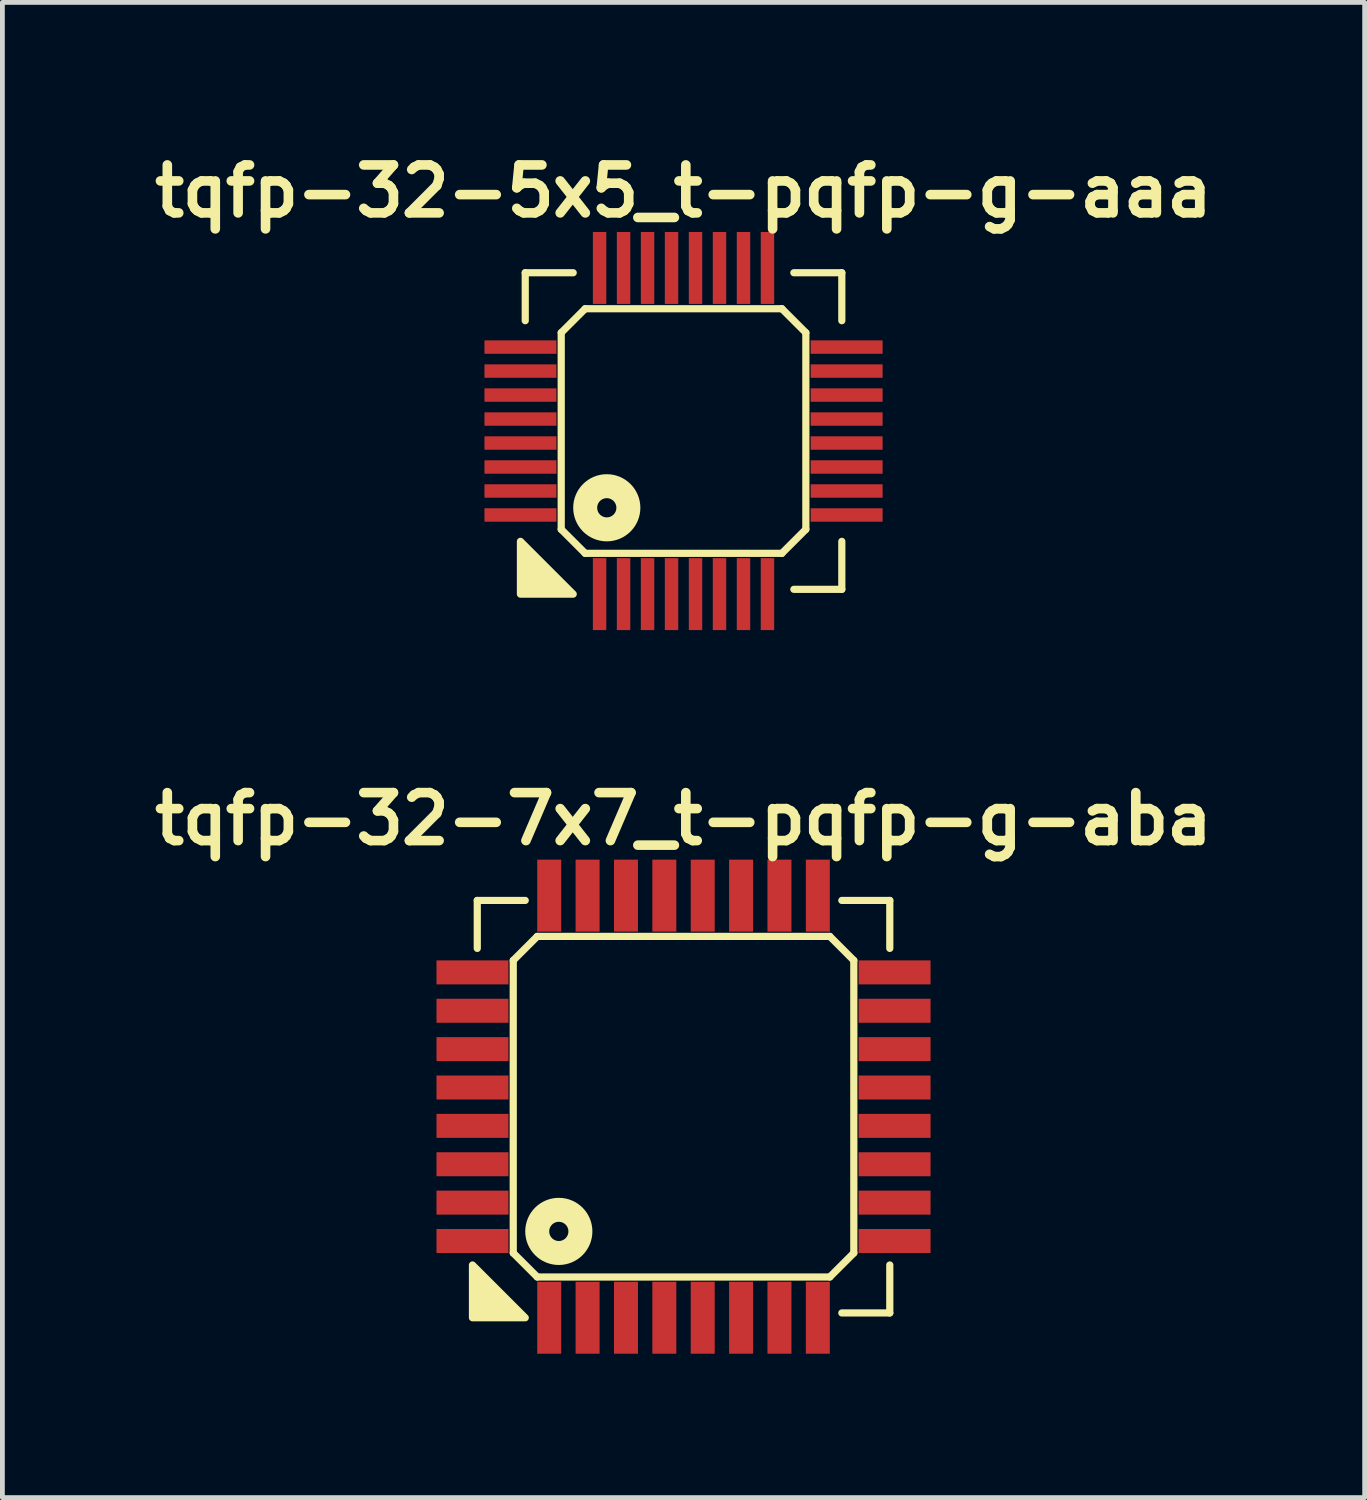
<source format=kicad_pcb>
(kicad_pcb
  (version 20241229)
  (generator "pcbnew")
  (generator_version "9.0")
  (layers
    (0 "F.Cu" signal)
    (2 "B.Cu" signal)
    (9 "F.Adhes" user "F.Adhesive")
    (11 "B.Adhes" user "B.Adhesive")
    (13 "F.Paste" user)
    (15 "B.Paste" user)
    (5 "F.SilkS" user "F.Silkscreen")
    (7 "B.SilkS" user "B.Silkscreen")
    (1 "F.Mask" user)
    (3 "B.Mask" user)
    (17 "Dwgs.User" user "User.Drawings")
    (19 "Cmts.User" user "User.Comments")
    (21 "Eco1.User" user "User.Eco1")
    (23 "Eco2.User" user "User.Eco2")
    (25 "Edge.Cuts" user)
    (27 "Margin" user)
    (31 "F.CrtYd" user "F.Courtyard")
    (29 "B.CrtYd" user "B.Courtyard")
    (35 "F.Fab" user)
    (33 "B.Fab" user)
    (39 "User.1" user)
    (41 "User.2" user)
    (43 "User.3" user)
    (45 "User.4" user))
  (footprint "tqfp-32-5x5_t-pqfp-g-aaa"
    (layer "F.Cu")
    (at 11.2 5.936)
    (property "Reference" "tqfp-32-5x5_t-pqfp-g-aaa" (at 0 -5 0) (layer "F.SilkS") (effects (font (size 1 1) (thickness 0.2))))
    (attr smd)
    (fp_line (start -3.3 -3.3) (end -2.3 -3.3) (stroke (width 0.15) (type solid)) (layer "F.SilkS"))
    (fp_line (start -3.3 -2.3) (end -3.3 -3.3) (stroke (width 0.15) (type solid)) (layer "F.SilkS"))
    (fp_line (start -2.55 -2.05) (end -2.05 -2.55) (stroke (width 0.15) (type solid)) (layer "F.SilkS"))
    (fp_line (start -2.55 2.05) (end -2.55 -2.05) (stroke (width 0.15) (type solid)) (layer "F.SilkS"))
    (fp_line (start -2.05 -2.55) (end 2.05 -2.55) (stroke (width 0.15) (type solid)) (layer "F.SilkS"))
    (fp_line (start -2.05 2.55) (end -2.55 2.05) (stroke (width 0.15) (type solid)) (layer "F.SilkS"))
    (fp_line (start 2.05 -2.55) (end 2.55 -2.05) (stroke (width 0.15) (type solid)) (layer "F.SilkS"))
    (fp_line (start 2.05 2.55) (end -2.05 2.55) (stroke (width 0.15) (type solid)) (layer "F.SilkS"))
    (fp_line (start 2.3 -3.3) (end 3.3 -3.3) (stroke (width 0.15) (type solid)) (layer "F.SilkS"))
    (fp_line (start 2.55 -2.05) (end 2.55 2.05) (stroke (width 0.15) (type solid)) (layer "F.SilkS"))
    (fp_line (start 2.55 2.05) (end 2.05 2.55) (stroke (width 0.15) (type solid)) (layer "F.SilkS"))
    (fp_line (start 3.3 -3.3) (end 3.3 -2.3) (stroke (width 0.15) (type solid)) (layer "F.SilkS"))
    (fp_line (start 3.3 2.3) (end 3.3 3.3) (stroke (width 0.15) (type solid)) (layer "F.SilkS"))
    (fp_line (start 3.3 3.3) (end 2.3 3.3) (stroke (width 0.15) (type solid)) (layer "F.SilkS"))
    (fp_circle (center -1.6 1.6) (end -1.4 1.6) (stroke (width 0.5) (type solid)) (fill no) (layer "F.SilkS"))
    (fp_poly (pts (xy -2.3 3.4) (xy -3.4 3.4) (xy -3.4 2.3)) (stroke (width 0.15) (type solid)) (fill yes) (layer "F.SilkS"))
    (pad "1" smd rect (at -1.75 3.4) (size 0.28 1.5) (layers "F.Cu" "F.Mask" "F.Paste"))
    (pad "2" smd rect (at -1.25 3.4) (size 0.28 1.5) (layers "F.Cu" "F.Mask" "F.Paste"))
    (pad "3" smd rect (at -0.75 3.4) (size 0.28 1.5) (layers "F.Cu" "F.Mask" "F.Paste"))
    (pad "4" smd rect (at -0.25 3.4) (size 0.28 1.5) (layers "F.Cu" "F.Mask" "F.Paste"))
    (pad "5" smd rect (at 0.25 3.4) (size 0.28 1.5) (layers "F.Cu" "F.Mask" "F.Paste"))
    (pad "6" smd rect (at 0.75 3.4) (size 0.28 1.5) (layers "F.Cu" "F.Mask" "F.Paste"))
    (pad "7" smd rect (at 1.25 3.4) (size 0.28 1.5) (layers "F.Cu" "F.Mask" "F.Paste"))
    (pad "8" smd rect (at 1.75 3.4) (size 0.28 1.5) (layers "F.Cu" "F.Mask" "F.Paste"))
    (pad "9" smd rect (at 3.4 1.75) (size 1.5 0.28) (layers "F.Cu" "F.Mask" "F.Paste"))
    (pad "10" smd rect (at 3.4 1.25) (size 1.5 0.28) (layers "F.Cu" "F.Mask" "F.Paste"))
    (pad "11" smd rect (at 3.4 0.75) (size 1.5 0.28) (layers "F.Cu" "F.Mask" "F.Paste"))
    (pad "12" smd rect (at 3.4 0.25) (size 1.5 0.28) (layers "F.Cu" "F.Mask" "F.Paste"))
    (pad "13" smd rect (at 3.4 -0.25) (size 1.5 0.28) (layers "F.Cu" "F.Mask" "F.Paste"))
    (pad "14" smd rect (at 3.4 -0.75) (size 1.5 0.28) (layers "F.Cu" "F.Mask" "F.Paste"))
    (pad "15" smd rect (at 3.4 -1.25) (size 1.5 0.28) (layers "F.Cu" "F.Mask" "F.Paste"))
    (pad "16" smd rect (at 3.4 -1.75) (size 1.5 0.28) (layers "F.Cu" "F.Mask" "F.Paste"))
    (pad "17" smd rect (at 1.75 -3.4) (size 0.28 1.5) (layers "F.Cu" "F.Mask" "F.Paste"))
    (pad "18" smd rect (at 1.25 -3.4) (size 0.28 1.5) (layers "F.Cu" "F.Mask" "F.Paste"))
    (pad "19" smd rect (at 0.75 -3.4) (size 0.28 1.5) (layers "F.Cu" "F.Mask" "F.Paste"))
    (pad "20" smd rect (at 0.25 -3.4) (size 0.28 1.5) (layers "F.Cu" "F.Mask" "F.Paste"))
    (pad "21" smd rect (at -0.25 -3.4) (size 0.28 1.5) (layers "F.Cu" "F.Mask" "F.Paste"))
    (pad "22" smd rect (at -0.75 -3.4) (size 0.28 1.5) (layers "F.Cu" "F.Mask" "F.Paste"))
    (pad "23" smd rect (at -1.25 -3.4) (size 0.28 1.5) (layers "F.Cu" "F.Mask" "F.Paste"))
    (pad "24" smd rect (at -1.75 -3.4) (size 0.28 1.5) (layers "F.Cu" "F.Mask" "F.Paste"))
    (pad "25" smd rect (at -3.4 -1.75) (size 1.5 0.28) (layers "F.Cu" "F.Mask" "F.Paste"))
    (pad "26" smd rect (at -3.4 -1.25) (size 1.5 0.28) (layers "F.Cu" "F.Mask" "F.Paste"))
    (pad "27" smd rect (at -3.4 -0.75) (size 1.5 0.28) (layers "F.Cu" "F.Mask" "F.Paste"))
    (pad "28" smd rect (at -3.4 -0.25) (size 1.5 0.28) (layers "F.Cu" "F.Mask" "F.Paste"))
    (pad "29" smd rect (at -3.4 0.25) (size 1.5 0.28) (layers "F.Cu" "F.Mask" "F.Paste"))
    (pad "30" smd rect (at -3.4 0.75) (size 1.5 0.28) (layers "F.Cu" "F.Mask" "F.Paste"))
    (pad "31" smd rect (at -3.4 1.25) (size 1.5 0.28) (layers "F.Cu" "F.Mask" "F.Paste"))
    (pad "32" smd rect (at -3.4 1.75) (size 1.5 0.28) (layers "F.Cu" "F.Mask" "F.Paste")))
  (footprint "tqfp-32-7x7_t-pqfp-g-aba"
    (layer "F.Cu")
    (at 11.2 20.022)
    (property "Reference" "tqfp-32-7x7_t-pqfp-g-aba" (at 0 -6 0) (layer "F.SilkS") (effects (font (size 1 1) (thickness 0.2))))
    (attr smd)
    (fp_line (start -4.3 -4.3) (end -3.3 -4.3) (stroke (width 0.15) (type solid)) (layer "F.SilkS"))
    (fp_line (start -4.3 -3.3) (end -4.3 -4.3) (stroke (width 0.15) (type solid)) (layer "F.SilkS"))
    (fp_line (start -3.55 -3.05) (end -3.05 -3.55) (stroke (width 0.15) (type solid)) (layer "F.SilkS"))
    (fp_line (start -3.55 3.05) (end -3.55 -3.05) (stroke (width 0.15) (type solid)) (layer "F.SilkS"))
    (fp_line (start -3.05 -3.55) (end 3.05 -3.55) (stroke (width 0.15) (type solid)) (layer "F.SilkS"))
    (fp_line (start -3.05 3.55) (end -3.55 3.05) (stroke (width 0.15) (type solid)) (layer "F.SilkS"))
    (fp_line (start 3.05 -3.55) (end 3.55 -3.05) (stroke (width 0.15) (type solid)) (layer "F.SilkS"))
    (fp_line (start 3.05 3.55) (end -3.05 3.55) (stroke (width 0.15) (type solid)) (layer "F.SilkS"))
    (fp_line (start 3.3 -4.3) (end 4.3 -4.3) (stroke (width 0.15) (type solid)) (layer "F.SilkS"))
    (fp_line (start 3.55 -3.05) (end 3.55 3.05) (stroke (width 0.15) (type solid)) (layer "F.SilkS"))
    (fp_line (start 3.55 3.05) (end 3.05 3.55) (stroke (width 0.15) (type solid)) (layer "F.SilkS"))
    (fp_line (start 4.3 -4.3) (end 4.3 -3.3) (stroke (width 0.15) (type solid)) (layer "F.SilkS"))
    (fp_line (start 4.3 3.3) (end 4.3 4.3) (stroke (width 0.15) (type solid)) (layer "F.SilkS"))
    (fp_line (start 4.3 4.3) (end 3.3 4.3) (stroke (width 0.15) (type solid)) (layer "F.SilkS"))
    (fp_circle (center -2.6 2.6) (end -2.4 2.6) (stroke (width 0.5) (type solid)) (fill no) (layer "F.SilkS"))
    (fp_poly (pts (xy -3.3 4.4) (xy -4.4 4.4) (xy -4.4 3.3)) (stroke (width 0.15) (type solid)) (fill yes) (layer "F.SilkS"))
    (pad "1" smd rect (at -2.8 4.4) (size 0.5 1.5) (layers "F.Cu" "F.Mask" "F.Paste"))
    (pad "2" smd rect (at -2 4.4) (size 0.5 1.5) (layers "F.Cu" "F.Mask" "F.Paste"))
    (pad "3" smd rect (at -1.2 4.4) (size 0.5 1.5) (layers "F.Cu" "F.Mask" "F.Paste"))
    (pad "4" smd rect (at -0.4 4.4) (size 0.5 1.5) (layers "F.Cu" "F.Mask" "F.Paste"))
    (pad "5" smd rect (at 0.4 4.4) (size 0.5 1.5) (layers "F.Cu" "F.Mask" "F.Paste"))
    (pad "6" smd rect (at 1.2 4.4) (size 0.5 1.5) (layers "F.Cu" "F.Mask" "F.Paste"))
    (pad "7" smd rect (at 2 4.4) (size 0.5 1.5) (layers "F.Cu" "F.Mask" "F.Paste"))
    (pad "8" smd rect (at 2.8 4.4) (size 0.5 1.5) (layers "F.Cu" "F.Mask" "F.Paste"))
    (pad "9" smd rect (at 4.4 2.8) (size 1.5 0.5) (layers "F.Cu" "F.Mask" "F.Paste"))
    (pad "10" smd rect (at 4.4 2) (size 1.5 0.5) (layers "F.Cu" "F.Mask" "F.Paste"))
    (pad "11" smd rect (at 4.4 1.2) (size 1.5 0.5) (layers "F.Cu" "F.Mask" "F.Paste"))
    (pad "12" smd rect (at 4.4 0.4) (size 1.5 0.5) (layers "F.Cu" "F.Mask" "F.Paste"))
    (pad "13" smd rect (at 4.4 -0.4) (size 1.5 0.5) (layers "F.Cu" "F.Mask" "F.Paste"))
    (pad "14" smd rect (at 4.4 -1.2) (size 1.5 0.5) (layers "F.Cu" "F.Mask" "F.Paste"))
    (pad "15" smd rect (at 4.4 -2) (size 1.5 0.5) (layers "F.Cu" "F.Mask" "F.Paste"))
    (pad "16" smd rect (at 4.4 -2.8) (size 1.5 0.5) (layers "F.Cu" "F.Mask" "F.Paste"))
    (pad "17" smd rect (at 2.8 -4.4) (size 0.5 1.5) (layers "F.Cu" "F.Mask" "F.Paste"))
    (pad "18" smd rect (at 2 -4.4) (size 0.5 1.5) (layers "F.Cu" "F.Mask" "F.Paste"))
    (pad "19" smd rect (at 1.2 -4.4) (size 0.5 1.5) (layers "F.Cu" "F.Mask" "F.Paste"))
    (pad "20" smd rect (at 0.4 -4.4) (size 0.5 1.5) (layers "F.Cu" "F.Mask" "F.Paste"))
    (pad "21" smd rect (at -0.4 -4.4) (size 0.5 1.5) (layers "F.Cu" "F.Mask" "F.Paste"))
    (pad "22" smd rect (at -1.2 -4.4) (size 0.5 1.5) (layers "F.Cu" "F.Mask" "F.Paste"))
    (pad "23" smd rect (at -2 -4.4) (size 0.5 1.5) (layers "F.Cu" "F.Mask" "F.Paste"))
    (pad "24" smd rect (at -2.8 -4.4) (size 0.5 1.5) (layers "F.Cu" "F.Mask" "F.Paste"))
    (pad "25" smd rect (at -4.4 -2.8) (size 1.5 0.5) (layers "F.Cu" "F.Mask" "F.Paste"))
    (pad "26" smd rect (at -4.4 -2) (size 1.5 0.5) (layers "F.Cu" "F.Mask" "F.Paste"))
    (pad "27" smd rect (at -4.4 -1.2) (size 1.5 0.5) (layers "F.Cu" "F.Mask" "F.Paste"))
    (pad "28" smd rect (at -4.4 -0.4) (size 1.5 0.5) (layers "F.Cu" "F.Mask" "F.Paste"))
    (pad "29" smd rect (at -4.4 0.4) (size 1.5 0.5) (layers "F.Cu" "F.Mask" "F.Paste"))
    (pad "30" smd rect (at -4.4 1.2) (size 1.5 0.5) (layers "F.Cu" "F.Mask" "F.Paste"))
    (pad "31" smd rect (at -4.4 2) (size 1.5 0.5) (layers "F.Cu" "F.Mask" "F.Paste"))
    (pad "32" smd rect (at -4.4 2.8) (size 1.5 0.5) (layers "F.Cu" "F.Mask" "F.Paste")))
  (gr_rect
    (start -3 -3)
    (end 25.4 28.172)
    (stroke (width 0.1) (type default))
    (fill no)
    (layer "Edge.Cuts")))
</source>
